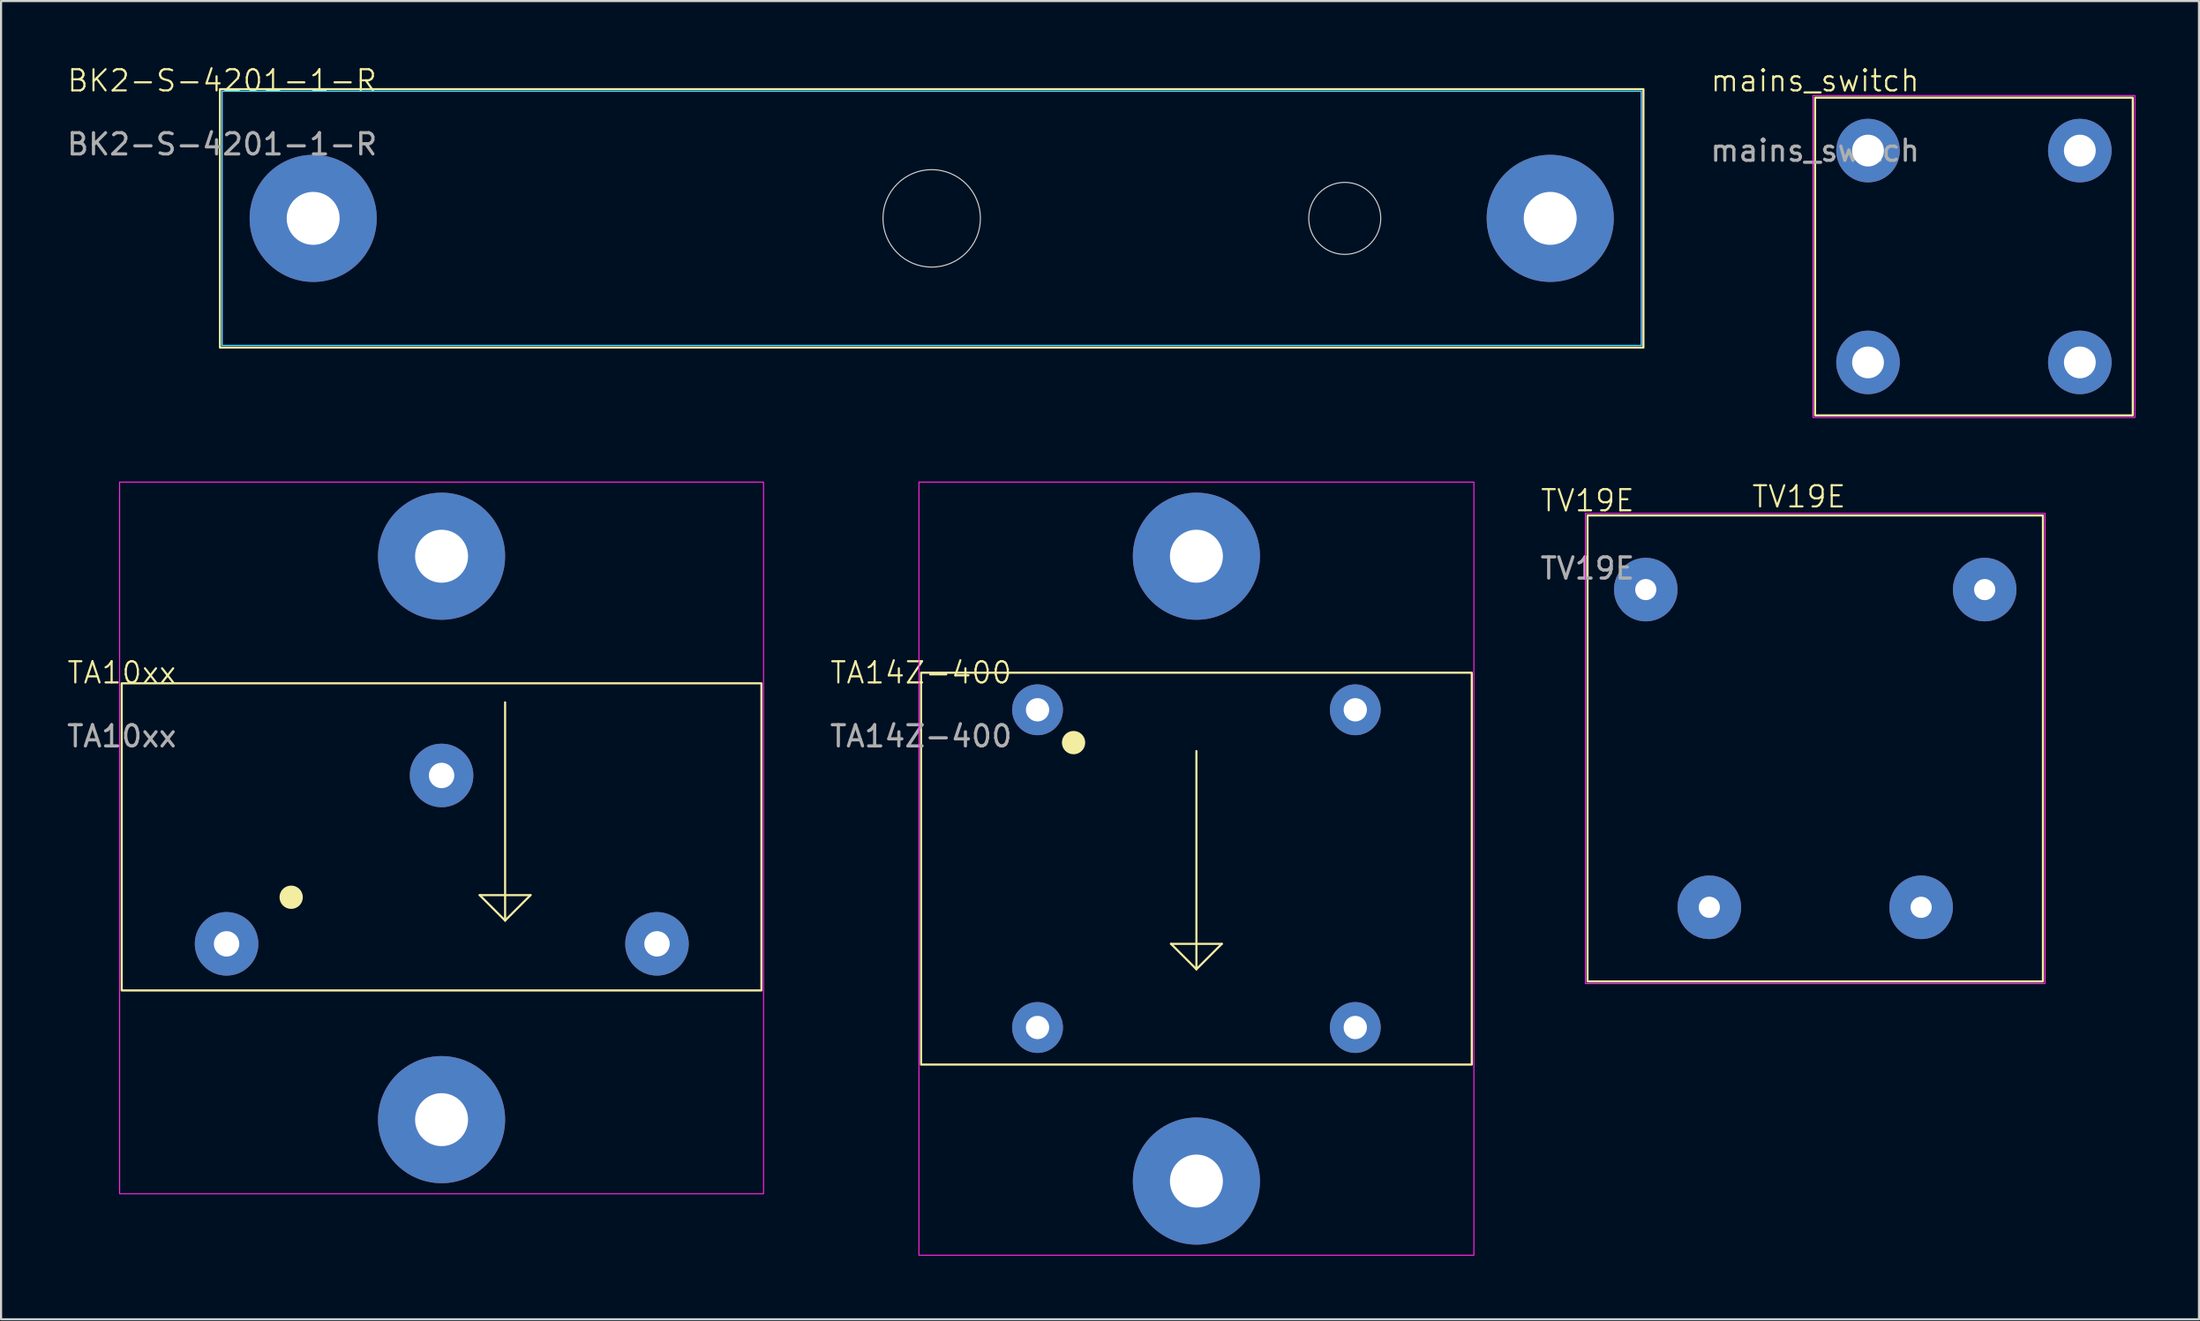
<source format=kicad_pcb>
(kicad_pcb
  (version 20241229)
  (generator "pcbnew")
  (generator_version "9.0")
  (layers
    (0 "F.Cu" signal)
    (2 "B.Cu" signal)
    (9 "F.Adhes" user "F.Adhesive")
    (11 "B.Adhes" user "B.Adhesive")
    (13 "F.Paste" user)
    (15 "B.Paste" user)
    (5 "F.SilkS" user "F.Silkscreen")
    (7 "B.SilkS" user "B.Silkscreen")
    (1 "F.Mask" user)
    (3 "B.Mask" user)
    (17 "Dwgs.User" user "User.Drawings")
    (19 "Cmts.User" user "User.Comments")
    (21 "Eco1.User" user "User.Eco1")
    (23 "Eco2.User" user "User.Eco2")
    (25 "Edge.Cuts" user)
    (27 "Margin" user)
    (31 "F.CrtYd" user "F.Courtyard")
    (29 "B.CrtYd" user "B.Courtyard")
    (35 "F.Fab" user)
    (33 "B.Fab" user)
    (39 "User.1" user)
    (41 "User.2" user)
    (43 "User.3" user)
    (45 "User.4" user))
  (footprint "BK2-S-4201-1-R"
    (layer "F.Cu")
    (at 7.435 1.26)
    (property "Reference" "BK2-S-4201-1-R" (at 0 -0.5 0) (unlocked yes) (layer "F.SilkS") (effects (font (size 1 1) (thickness 0.1))))
    (attr through_hole)
    (fp_rect (start -0.1 -0.1) (end 67.1 12.1) (stroke (width 0.1) (type default)) (fill no) (layer "F.SilkS"))
    (fp_circle (center 33.5 6) (end 35.8 6) (stroke (width 0.05) (type default)) (fill no) (layer "Edge.Cuts"))
    (fp_circle (center 53 6) (end 54.7 6) (stroke (width 0.05) (type default)) (fill no) (layer "Edge.Cuts"))
    (fp_rect (start 0 0) (end 67 12) (stroke (width 0.05) (type default)) (fill no) (layer "B.CrtYd"))
    (fp_rect (start 0 0) (end 67 12) (stroke (width 0.05) (type default)) (fill no) (layer "F.CrtYd"))
    (fp_text user "${REFERENCE}" (at 0 2.5 0) (unlocked yes) (layer "F.Fab") (effects (font (size 1 1) (thickness 0.15))))
    (pad "1" thru_hole circle (at 4.3 6) (size 6 6) (drill 2.5) (layers "*.Cu" "*.Mask"))
    (pad "2" thru_hole circle (at 62.7 6) (size 6 6) (drill 2.5) (layers "*.Cu" "*.Mask")))
  (footprint "mains_switch"
    (layer "F.Cu")
    (at 82.638 1.56)
    (property "Reference" "mains_switch" (at 0 -0.8 0) (unlocked yes) (layer "F.SilkS") (effects (font (size 1 1) (thickness 0.1))))
    (attr through_hole)
    (fp_rect (start 0 0) (end 15 15) (stroke (width 0.1) (type solid)) (fill no) (layer "F.SilkS"))
    (fp_rect (start -0.1 -0.1) (end 15.1 15.1) (stroke (width 0.05) (type default)) (fill no) (layer "F.CrtYd"))
    (fp_text user "${REFERENCE}" (at 0 2.5 0) (unlocked yes) (layer "F.Fab") (effects (font (size 1 1) (thickness 0.15))))
    (pad "1" thru_hole circle (at 2.5 2.5) (size 3 3) (drill 1.5) (layers "*.Cu" "*.Mask"))
    (pad "2" thru_hole circle (at 2.5 12.5) (size 3 3) (drill 1.5) (layers "*.Cu" "*.Mask"))
    (pad "3" thru_hole circle (at 12.5 2.5) (size 3 3) (drill 1.5) (layers "*.Cu" "*.Mask"))
    (pad "4" thru_hole circle (at 12.5 12.5) (size 3 3) (drill 1.5) (layers "*.Cu" "*.Mask")))
  (footprint "TV19E"
    (layer "F.Cu")
    (at 71.896 21.285)
    (property "Reference" "TV19E" (at 0 -0.7 0) (unlocked yes) (layer "F.SilkS") (effects (font (size 1 1) (thickness 0.1))))
    (attr smd)
    (fp_rect (start 0 0) (end 21.5 22) (stroke (width 0.1) (type default)) (fill no) (layer "F.SilkS"))
    (fp_rect (start -0.1 -0.1) (end 21.6 22.1) (stroke (width 0.05) (type default)) (fill no) (layer "F.CrtYd"))
    (fp_text user "TV19E" (at 7.7 -0.3 0) (unlocked yes) (layer "F.SilkS") (effects (font (size 1 1) (thickness 0.1)) (justify left bottom)))
    (fp_text user "${REFERENCE}" (at 0 2.5 0) (unlocked yes) (layer "F.Fab") (effects (font (size 1 1) (thickness 0.15))))
    (pad "1" thru_hole circle (at 18.75 3.5) (size 3 3) (drill 1) (layers "*.Cu" "*.Mask"))
    (pad "5" thru_hole circle (at 2.75 3.5) (size 3 3) (drill 1) (layers "*.Cu" "*.Mask"))
    (pad "7" thru_hole circle (at 5.75 18.5) (size 3 3) (drill 1) (layers "*.Cu" "*.Mask"))
    (pad "9" thru_hole circle (at 15.75 18.5) (size 3 3) (drill 1) (layers "*.Cu" "*.Mask")))
  (footprint "TA10xx"
    (layer "F.Cu")
    (at 2.696 29.21)
    (property "Reference" "TA10xx" (at 0 -0.5 0) (unlocked yes) (layer "F.SilkS") (effects (font (size 1 1) (thickness 0.1))))
    (attr through_hole)
    (fp_line (start 16.9 10) (end 19.3 10) (stroke (width 0.1) (type solid)) (layer "F.SilkS"))
    (fp_line (start 18.1 0.9) (end 18.1 11.2) (stroke (width 0.1) (type solid)) (layer "F.SilkS"))
    (fp_line (start 18.1 11.2) (end 16.9 10) (stroke (width 0.1) (type solid)) (layer "F.SilkS"))
    (fp_line (start 18.1 11.2) (end 19.3 10) (stroke (width 0.1) (type solid)) (layer "F.SilkS"))
    (fp_rect (start 0 0) (end 30.2 14.5) (stroke (width 0.1) (type default)) (fill no) (layer "F.SilkS"))
    (fp_circle (center 8 10.1) (end 8.5 10.1) (stroke (width 0.1) (type solid)) (fill yes) (layer "F.SilkS"))
    (fp_rect (start -0.1 -9.5) (end 30.3 24.1) (stroke (width 0.05) (type default)) (fill no) (layer "F.CrtYd"))
    (fp_text user "${REFERENCE}" (at 0 2.5 0) (unlocked yes) (layer "F.Fab") (effects (font (size 1 1) (thickness 0.15))))
    (pad "1" thru_hole circle (at 4.95 12.3) (size 3 3) (drill 1.2) (layers "*.Cu" "*.Mask"))
    (pad "2" thru_hole circle (at 25.27 12.3) (size 3 3) (drill 1.2) (layers "*.Cu" "*.Mask"))
    (pad "3" thru_hole circle (at 15.1 4.35) (size 3 3) (drill 1.2) (layers "*.Cu" "*.Mask"))
    (pad "4" thru_hole circle (at 15.1 -6) (size 6 6) (drill 2.5) (layers "*.Cu" "*.Mask"))
    (pad "5" thru_hole circle (at 15.1 20.6) (size 6 6) (drill 2.5) (layers "*.Cu" "*.Mask")))
  (footprint "TA14Z-400"
    (layer "F.Cu")
    (at 40.432 29.21)
    (property "Reference" "TA14Z-400" (at 0 -0.5 0) (unlocked yes) (layer "F.SilkS") (effects (font (size 1 1) (thickness 0.1))))
    (attr through_hole)
    (fp_line (start 11.8 12.3) (end 14.2 12.3) (stroke (width 0.1) (type solid)) (layer "F.SilkS"))
    (fp_line (start 13 3.2) (end 13 13.5) (stroke (width 0.1) (type solid)) (layer "F.SilkS"))
    (fp_line (start 13 13.5) (end 11.8 12.3) (stroke (width 0.1) (type solid)) (layer "F.SilkS"))
    (fp_line (start 13 13.5) (end 14.2 12.3) (stroke (width 0.1) (type solid)) (layer "F.SilkS"))
    (fp_rect (start 0 -0.5) (end 26 18) (stroke (width 0.1) (type default)) (fill no) (layer "F.SilkS"))
    (fp_circle (center 7.2 2.8) (end 7.7 2.8) (stroke (width 0.1) (type solid)) (fill yes) (layer "F.SilkS"))
    (fp_rect (start -0.1 -9.5) (end 26.1 27) (stroke (width 0.05) (type default)) (fill no) (layer "F.CrtYd"))
    (fp_text user "${REFERENCE}" (at 0 2.5 0) (unlocked yes) (layer "F.Fab") (effects (font (size 1 1) (thickness 0.15))))
    (pad "1" thru_hole circle (at 5.5 1.25) (size 2.4 2.4) (drill 1.1) (layers "*.Cu" "*.Mask"))
    (pad "2" thru_hole circle (at 5.5 16.25) (size 2.4 2.4) (drill 1.1) (layers "*.Cu" "*.Mask"))
    (pad "3" thru_hole circle (at 20.5 16.25) (size 2.4 2.4) (drill 1.1) (layers "*.Cu" "*.Mask"))
    (pad "4" thru_hole circle (at 20.5 1.25) (size 2.4 2.4) (drill 1.1) (layers "*.Cu" "*.Mask"))
    (pad "5" thru_hole circle (at 13 23.5) (size 6 6) (drill 2.5) (layers "*.Cu" "*.Mask"))
    (pad "6" thru_hole circle (at 13 -6) (size 6 6) (drill 2.5) (layers "*.Cu" "*.Mask")))
  (gr_rect
    (start -3 -3)
    (end 100.763 59.236)
    (stroke (width 0.1) (type default))
    (fill no)
    (layer "Edge.Cuts")))
</source>
